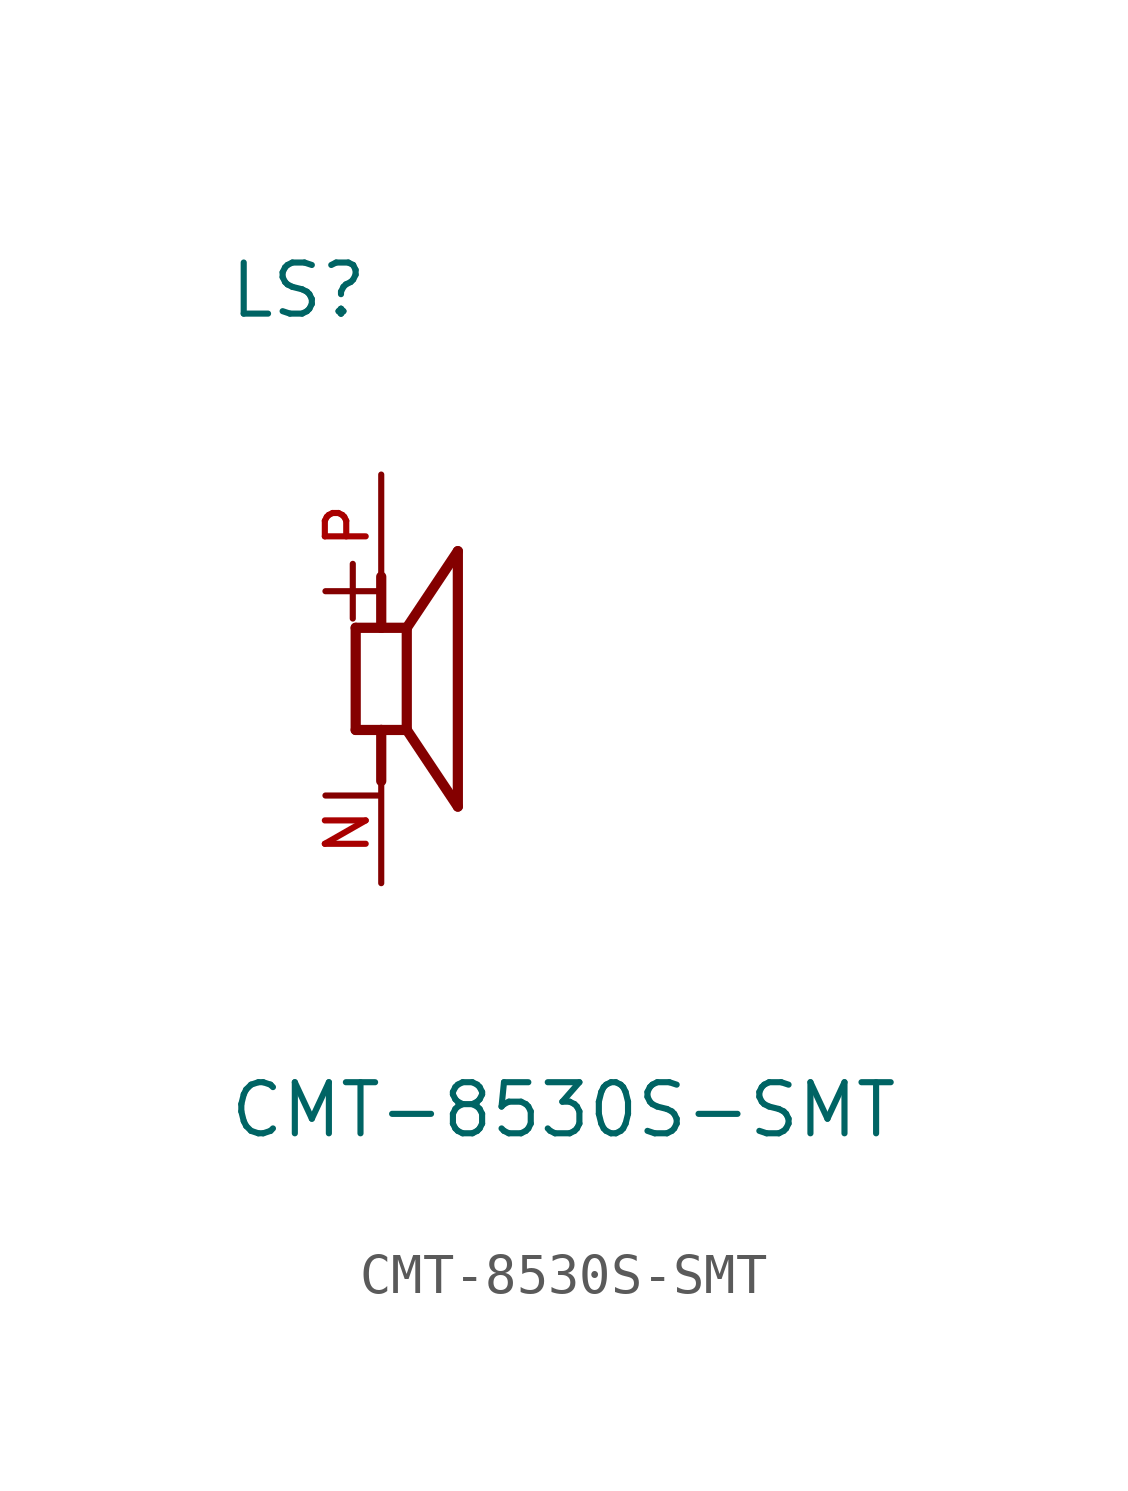
<source format=kicad_sym>
(kicad_symbol_lib
  (version 20211014)
  (generator kicad_symbol_editor)
  (symbol "CMT-8530S-SMT"
    (pin_names
      (offset 1.016))
    (property "Reference" "LS"
      (at -3.822 8.919 0)
      (effects (font (size 1.27 1.27)) (justify bottom left)))
    (property "Value" "CMT-8530S-SMT"
      (at -3.821 -11.463 0)
      (effects (font (size 1.27 1.27)) (justify bottom left)))
    (symbol "CMT-8530S-SMT_0_0"
      (polyline (pts (xy -0.635 1.27) (xy 0.0 1.27)) (stroke (width 0.254)))
      (polyline (pts (xy 0.0 1.27) (xy 0.635 1.27)) (stroke (width 0.254)))
      (polyline (pts (xy 0.635 1.27) (xy 0.635 -1.27)) (stroke (width 0.254)))
      (polyline (pts (xy 0.635 -1.27) (xy 0.0 -1.27)) (stroke (width 0.254)))
      (polyline (pts (xy 0.0 -1.27) (xy -0.635 -1.27)) (stroke (width 0.254)))
      (polyline (pts (xy -0.635 -1.27) (xy -0.635 1.27)) (stroke (width 0.254)))
      (polyline (pts (xy 0.635 1.27) (xy 1.905 3.175)) (stroke (width 0.254)))
      (polyline (pts (xy 1.905 3.175) (xy 1.905 -3.175)) (stroke (width 0.254)))
      (polyline (pts (xy 1.905 -3.175) (xy 0.635 -1.27)) (stroke (width 0.254)))
      (polyline (pts (xy 0.0 1.27) (xy 0.0 2.54)) (stroke (width 0.254)))
      (polyline (pts (xy 0.0 -1.27) (xy 0.0 -2.54)) (stroke (width 0.254)))
      (text "+" (at -1.912 1.274 0) (effects (font (size 1.784 1.784)) (justify bottom left)))
      (text "-" (at -1.912 -3.807 0) (effects (font (size 1.785 1.785)) (justify bottom left)))
      (pin passive line (at 0.0 5.08 270.0) (length 2.54) (name "~" (effects (font (size 1.016 1.016)))) (number "P" (effects (font (size 1.016 1.016)))))
      (pin passive line (at 0.0 -5.08 90.0) (length 2.54) (name "~" (effects (font (size 1.016 1.016)))) (number "N" (effects (font (size 1.016 1.016))))))))
</source>
